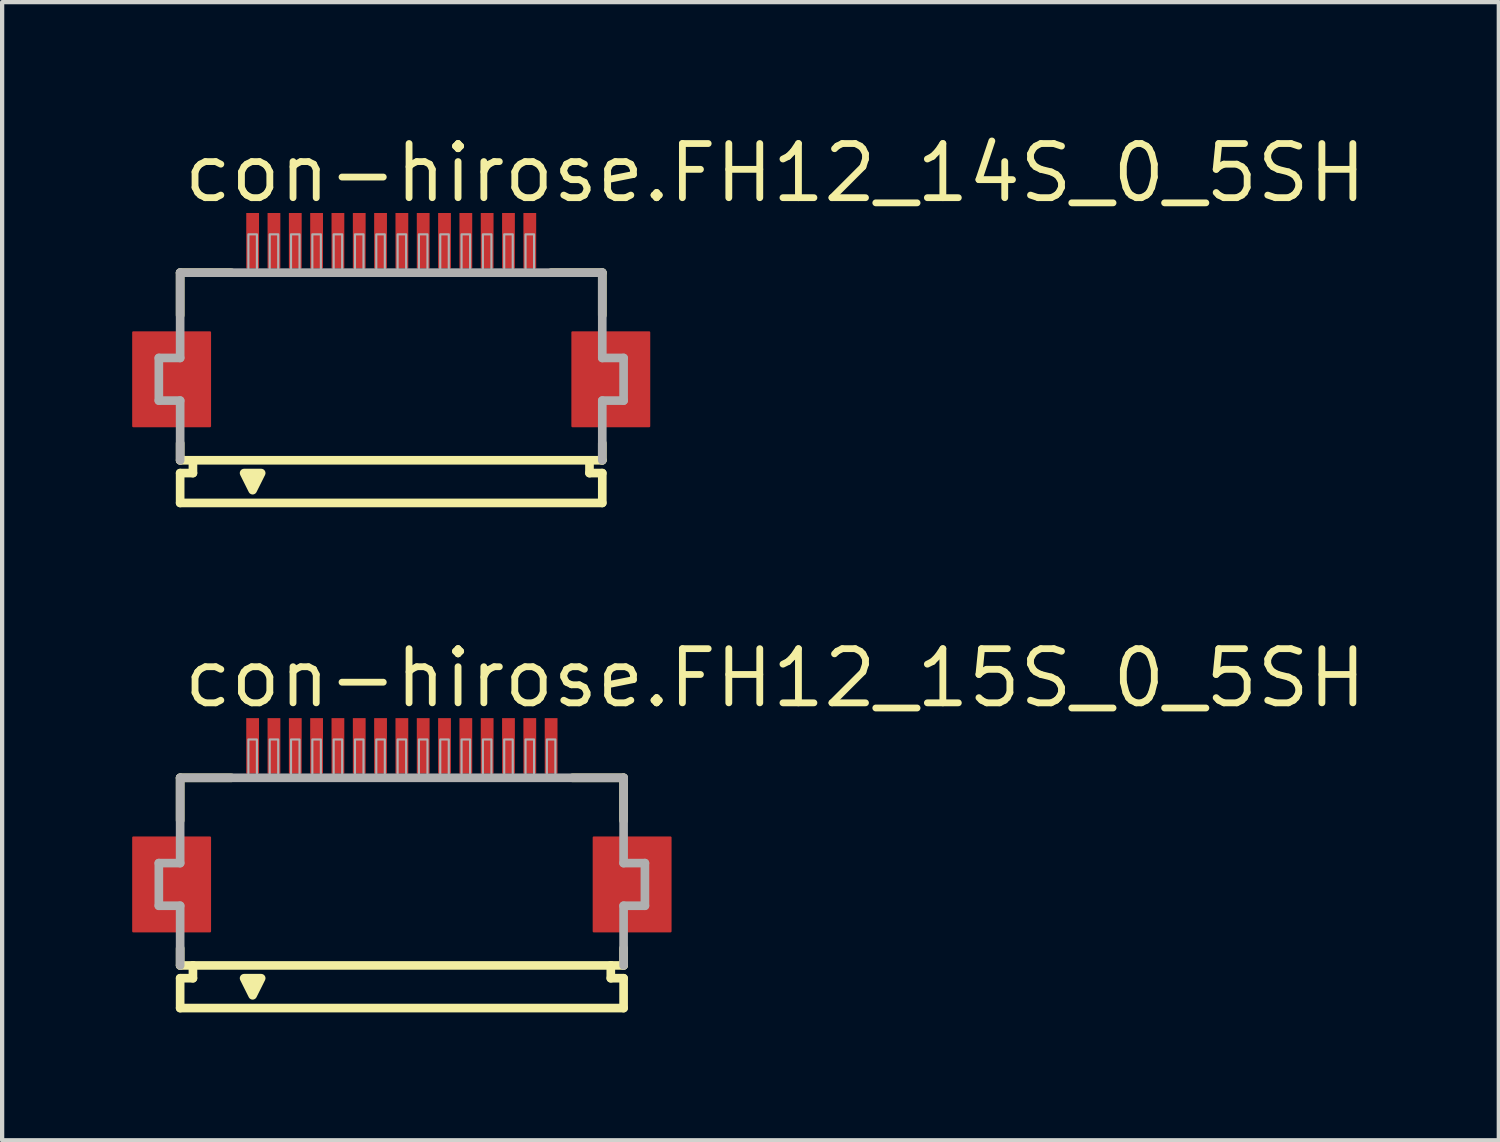
<source format=kicad_pcb>
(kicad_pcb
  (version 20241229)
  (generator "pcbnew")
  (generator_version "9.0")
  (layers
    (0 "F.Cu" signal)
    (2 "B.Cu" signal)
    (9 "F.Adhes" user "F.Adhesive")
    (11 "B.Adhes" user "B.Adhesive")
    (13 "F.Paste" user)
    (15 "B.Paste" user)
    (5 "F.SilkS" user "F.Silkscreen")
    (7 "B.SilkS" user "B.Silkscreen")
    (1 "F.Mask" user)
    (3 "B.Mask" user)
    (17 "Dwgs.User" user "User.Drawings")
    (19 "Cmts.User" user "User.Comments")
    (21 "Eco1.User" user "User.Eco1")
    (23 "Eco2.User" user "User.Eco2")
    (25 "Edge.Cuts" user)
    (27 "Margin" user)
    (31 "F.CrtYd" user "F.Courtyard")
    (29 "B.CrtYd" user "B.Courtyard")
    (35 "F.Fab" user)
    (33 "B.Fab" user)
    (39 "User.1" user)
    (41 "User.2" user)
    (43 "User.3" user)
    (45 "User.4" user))
  (footprint "con-hirose.FH12_14S_0_5SH"
    (layer "F.Cu")
    (at 6.125 5.845)
    (property "Reference" "con-hirose.FH12_14S_0_5SH" (at -4.948 -4.095 0) (layer "F.SilkS") (effects (font (size 1.27 1.27) (thickness 0.16)) (justify left bottom)))
    (attr smd)
    (fp_rect (start -6.05 1.1) (end -4.25 -1.1) (stroke (width 0.05) (type default)) (fill yes) (layer "F.Cu"))
    (fp_rect (start 4.25 1.1) (end 6.05 -1.1) (stroke (width 0.05) (type default)) (fill yes) (layer "F.Cu"))
    (fp_rect (start -6.1 1.175) (end -4.2 -1.175) (stroke (width 0.05) (type default)) (fill yes) (layer "F.Mask"))
    (fp_rect (start -3.45 -2.55) (end -3.05 -3.95) (stroke (width 0.05) (type default)) (fill yes) (layer "F.Mask"))
    (fp_rect (start -2.95 -2.55) (end -2.55 -3.95) (stroke (width 0.05) (type default)) (fill yes) (layer "F.Mask"))
    (fp_rect (start -2.45 -2.55) (end -2.05 -3.95) (stroke (width 0.05) (type default)) (fill yes) (layer "F.Mask"))
    (fp_rect (start -1.95 -2.55) (end -1.55 -3.95) (stroke (width 0.05) (type default)) (fill yes) (layer "F.Mask"))
    (fp_rect (start -1.45 -2.55) (end -1.05 -3.95) (stroke (width 0.05) (type default)) (fill yes) (layer "F.Mask"))
    (fp_rect (start -0.95 -2.55) (end -0.55 -3.95) (stroke (width 0.05) (type default)) (fill yes) (layer "F.Mask"))
    (fp_rect (start -0.45 -2.55) (end -0.05 -3.95) (stroke (width 0.05) (type default)) (fill yes) (layer "F.Mask"))
    (fp_rect (start 0.05 -2.55) (end 0.45 -3.95) (stroke (width 0.05) (type default)) (fill yes) (layer "F.Mask"))
    (fp_rect (start 0.55 -2.55) (end 0.95 -3.95) (stroke (width 0.05) (type default)) (fill yes) (layer "F.Mask"))
    (fp_rect (start 1.05 -2.55) (end 1.45 -3.95) (stroke (width 0.05) (type default)) (fill yes) (layer "F.Mask"))
    (fp_rect (start 1.55 -2.55) (end 1.95 -3.95) (stroke (width 0.05) (type default)) (fill yes) (layer "F.Mask"))
    (fp_rect (start 2.05 -2.55) (end 2.45 -3.95) (stroke (width 0.05) (type default)) (fill yes) (layer "F.Mask"))
    (fp_rect (start 2.55 -2.55) (end 2.95 -3.95) (stroke (width 0.05) (type default)) (fill yes) (layer "F.Mask"))
    (fp_rect (start 3.05 -2.55) (end 3.45 -3.95) (stroke (width 0.05) (type default)) (fill yes) (layer "F.Mask"))
    (fp_rect (start 4.2 1.175) (end 6.1 -1.175) (stroke (width 0.05) (type default)) (fill yes) (layer "F.Mask"))
    (fp_line (start -4.95 -2.5) (end -4.95 -1.5) (stroke (width 0.203) (type default)) (layer "F.SilkS"))
    (fp_line (start -4.95 1.5) (end -4.95 1.9) (stroke (width 0.203) (type default)) (layer "F.SilkS"))
    (fp_line (start -4.95 1.9) (end -4.65 1.9) (stroke (width 0.203) (type default)) (layer "F.SilkS"))
    (fp_line (start -4.95 2.2) (end -4.95 2.9) (stroke (width 0.203) (type default)) (layer "F.SilkS"))
    (fp_line (start -4.65 1.9) (end -4.65 2.2) (stroke (width 0.203) (type default)) (layer "F.SilkS"))
    (fp_line (start -4.65 2.2) (end -4.95 2.2) (stroke (width 0.203) (type default)) (layer "F.SilkS"))
    (fp_line (start -3.75 -2.5) (end -4.95 -2.5) (stroke (width 0.203) (type default)) (layer "F.SilkS"))
    (fp_line (start 4.65 1.9) (end -4.65 1.9) (stroke (width 0.203) (type default)) (layer "F.SilkS"))
    (fp_line (start 4.65 1.9) (end 4.95 1.9) (stroke (width 0.203) (type default)) (layer "F.SilkS"))
    (fp_line (start 4.65 2.2) (end 4.65 1.9) (stroke (width 0.203) (type default)) (layer "F.SilkS"))
    (fp_line (start 4.95 -2.5) (end 3.75 -2.5) (stroke (width 0.203) (type default)) (layer "F.SilkS"))
    (fp_line (start 4.95 -1.5) (end 4.95 -2.5) (stroke (width 0.203) (type default)) (layer "F.SilkS"))
    (fp_line (start 4.95 1.9) (end 4.95 1.5) (stroke (width 0.203) (type default)) (layer "F.SilkS"))
    (fp_line (start 4.95 2.2) (end 4.65 2.2) (stroke (width 0.203) (type default)) (layer "F.SilkS"))
    (fp_line (start 4.95 2.9) (end -4.95 2.9) (stroke (width 0.203) (type default)) (layer "F.SilkS"))
    (fp_line (start 4.95 2.9) (end 4.95 2.2) (stroke (width 0.203) (type default)) (layer "F.SilkS"))
    (fp_poly (pts (xy -3.45 2.2) (xy -3.25 2.6) (xy -3.05 2.2)) (stroke (width 0.203) (type default)) (fill yes) (layer "F.SilkS"))
    (fp_rect (start -5.975 1.025) (end -4.325 -1.025) (stroke (width 0.05) (type default)) (fill yes) (layer "F.Paste"))
    (fp_rect (start -3.375 -2.625) (end -3.125 -3.875) (stroke (width 0.05) (type default)) (fill yes) (layer "F.Paste"))
    (fp_rect (start -2.875 -2.625) (end -2.625 -3.875) (stroke (width 0.05) (type default)) (fill yes) (layer "F.Paste"))
    (fp_rect (start -2.375 -2.625) (end -2.125 -3.875) (stroke (width 0.05) (type default)) (fill yes) (layer "F.Paste"))
    (fp_rect (start -1.875 -2.625) (end -1.625 -3.875) (stroke (width 0.05) (type default)) (fill yes) (layer "F.Paste"))
    (fp_rect (start -1.375 -2.625) (end -1.125 -3.875) (stroke (width 0.05) (type default)) (fill yes) (layer "F.Paste"))
    (fp_rect (start -0.875 -2.625) (end -0.625 -3.875) (stroke (width 0.05) (type default)) (fill yes) (layer "F.Paste"))
    (fp_rect (start -0.375 -2.625) (end -0.125 -3.875) (stroke (width 0.05) (type default)) (fill yes) (layer "F.Paste"))
    (fp_rect (start 0.125 -2.625) (end 0.375 -3.875) (stroke (width 0.05) (type default)) (fill yes) (layer "F.Paste"))
    (fp_rect (start 0.625 -2.625) (end 0.875 -3.875) (stroke (width 0.05) (type default)) (fill yes) (layer "F.Paste"))
    (fp_rect (start 1.125 -2.625) (end 1.375 -3.875) (stroke (width 0.05) (type default)) (fill yes) (layer "F.Paste"))
    (fp_rect (start 1.625 -2.625) (end 1.875 -3.875) (stroke (width 0.05) (type default)) (fill yes) (layer "F.Paste"))
    (fp_rect (start 2.125 -2.625) (end 2.375 -3.875) (stroke (width 0.05) (type default)) (fill yes) (layer "F.Paste"))
    (fp_rect (start 2.625 -2.625) (end 2.875 -3.875) (stroke (width 0.05) (type default)) (fill yes) (layer "F.Paste"))
    (fp_rect (start 3.125 -2.625) (end 3.375 -3.875) (stroke (width 0.05) (type default)) (fill yes) (layer "F.Paste"))
    (fp_rect (start 4.325 1.025) (end 5.975 -1.025) (stroke (width 0.05) (type default)) (fill yes) (layer "F.Paste"))
    (fp_line (start -5.45 -0.5) (end -5.45 0.5) (stroke (width 0.203) (type default)) (layer "F.Fab"))
    (fp_line (start -5.45 0.5) (end -4.95 0.5) (stroke (width 0.203) (type default)) (layer "F.Fab"))
    (fp_line (start -4.95 -2.5) (end -4.95 -0.5) (stroke (width 0.203) (type default)) (layer "F.Fab"))
    (fp_line (start -4.95 -0.5) (end -5.45 -0.5) (stroke (width 0.203) (type default)) (layer "F.Fab"))
    (fp_line (start -4.95 0.5) (end -4.95 1.9) (stroke (width 0.203) (type default)) (layer "F.Fab"))
    (fp_line (start 4.95 -2.5) (end -4.95 -2.5) (stroke (width 0.203) (type default)) (layer "F.Fab"))
    (fp_line (start 4.95 -0.5) (end 4.95 -2.5) (stroke (width 0.203) (type default)) (layer "F.Fab"))
    (fp_line (start 4.95 0.5) (end 5.45 0.5) (stroke (width 0.203) (type default)) (layer "F.Fab"))
    (fp_line (start 4.95 1.9) (end 4.95 0.5) (stroke (width 0.203) (type default)) (layer "F.Fab"))
    (fp_line (start 5.45 -0.5) (end 4.95 -0.5) (stroke (width 0.203) (type default)) (layer "F.Fab"))
    (fp_line (start 5.45 0.5) (end 5.45 -0.5) (stroke (width 0.203) (type default)) (layer "F.Fab"))
    (fp_rect (start -3.35 -2.55) (end -3.15 -3.4) (stroke (width 0.05) (type default)) (fill no) (layer "F.Fab"))
    (fp_rect (start -2.85 -2.55) (end -2.65 -3.4) (stroke (width 0.05) (type default)) (fill no) (layer "F.Fab"))
    (fp_rect (start -2.35 -2.55) (end -2.15 -3.4) (stroke (width 0.05) (type default)) (fill no) (layer "F.Fab"))
    (fp_rect (start -1.85 -2.55) (end -1.65 -3.4) (stroke (width 0.05) (type default)) (fill no) (layer "F.Fab"))
    (fp_rect (start -1.35 -2.55) (end -1.15 -3.4) (stroke (width 0.05) (type default)) (fill no) (layer "F.Fab"))
    (fp_rect (start -0.85 -2.55) (end -0.65 -3.4) (stroke (width 0.05) (type default)) (fill no) (layer "F.Fab"))
    (fp_rect (start -0.35 -2.55) (end -0.15 -3.4) (stroke (width 0.05) (type default)) (fill no) (layer "F.Fab"))
    (fp_rect (start 0.15 -2.55) (end 0.35 -3.4) (stroke (width 0.05) (type default)) (fill no) (layer "F.Fab"))
    (fp_rect (start 0.65 -2.55) (end 0.85 -3.4) (stroke (width 0.05) (type default)) (fill no) (layer "F.Fab"))
    (fp_rect (start 1.15 -2.55) (end 1.35 -3.4) (stroke (width 0.05) (type default)) (fill no) (layer "F.Fab"))
    (fp_rect (start 1.65 -2.55) (end 1.85 -3.4) (stroke (width 0.05) (type default)) (fill no) (layer "F.Fab"))
    (fp_rect (start 2.15 -2.55) (end 2.35 -3.4) (stroke (width 0.05) (type default)) (fill no) (layer "F.Fab"))
    (fp_rect (start 2.65 -2.55) (end 2.85 -3.4) (stroke (width 0.05) (type default)) (fill no) (layer "F.Fab"))
    (fp_rect (start 3.15 -2.55) (end 3.35 -3.4) (stroke (width 0.05) (type default)) (fill no) (layer "F.Fab"))
    (pad "1" smd roundrect (at -3.25 -3.25) (size 0.3 1.3) (layers "F.Cu" "F.Mask" "F.Paste") (roundrect_rratio 0.01))
    (pad "2" smd roundrect (at -2.75 -3.25) (size 0.3 1.3) (layers "F.Cu" "F.Mask" "F.Paste") (roundrect_rratio 0.01))
    (pad "3" smd roundrect (at -2.25 -3.25) (size 0.3 1.3) (layers "F.Cu" "F.Mask" "F.Paste") (roundrect_rratio 0.01))
    (pad "4" smd roundrect (at -1.75 -3.25) (size 0.3 1.3) (layers "F.Cu" "F.Mask" "F.Paste") (roundrect_rratio 0.01))
    (pad "5" smd roundrect (at -1.25 -3.25) (size 0.3 1.3) (layers "F.Cu" "F.Mask" "F.Paste") (roundrect_rratio 0.01))
    (pad "6" smd roundrect (at -0.75 -3.25) (size 0.3 1.3) (layers "F.Cu" "F.Mask" "F.Paste") (roundrect_rratio 0.01))
    (pad "7" smd roundrect (at -0.25 -3.25) (size 0.3 1.3) (layers "F.Cu" "F.Mask" "F.Paste") (roundrect_rratio 0.01))
    (pad "8" smd roundrect (at 0.25 -3.25) (size 0.3 1.3) (layers "F.Cu" "F.Mask" "F.Paste") (roundrect_rratio 0.01))
    (pad "9" smd roundrect (at 0.75 -3.25) (size 0.3 1.3) (layers "F.Cu" "F.Mask" "F.Paste") (roundrect_rratio 0.01))
    (pad "10" smd roundrect (at 1.25 -3.25) (size 0.3 1.3) (layers "F.Cu" "F.Mask" "F.Paste") (roundrect_rratio 0.01))
    (pad "11" smd roundrect (at 1.75 -3.25) (size 0.3 1.3) (layers "F.Cu" "F.Mask" "F.Paste") (roundrect_rratio 0.01))
    (pad "12" smd roundrect (at 2.25 -3.25) (size 0.3 1.3) (layers "F.Cu" "F.Mask" "F.Paste") (roundrect_rratio 0.01))
    (pad "13" smd roundrect (at 2.75 -3.25) (size 0.3 1.3) (layers "F.Cu" "F.Mask" "F.Paste") (roundrect_rratio 0.01))
    (pad "14" smd roundrect (at 3.25 -3.25) (size 0.3 1.3) (layers "F.Cu" "F.Mask" "F.Paste") (roundrect_rratio 0.01)))
  (footprint "con-hirose.FH12_15S_0_5SH"
    (layer "F.Cu")
    (at 6.375 17.692)
    (property "Reference" "con-hirose.FH12_15S_0_5SH" (at -5.198 -4.095 0) (layer "F.SilkS") (effects (font (size 1.27 1.27) (thickness 0.16)) (justify left bottom)))
    (attr smd)
    (fp_rect (start -6.3 1.1) (end -4.5 -1.1) (stroke (width 0.05) (type default)) (fill yes) (layer "F.Cu"))
    (fp_rect (start 4.5 1.1) (end 6.3 -1.1) (stroke (width 0.05) (type default)) (fill yes) (layer "F.Cu"))
    (fp_rect (start -6.35 1.175) (end -4.45 -1.175) (stroke (width 0.05) (type default)) (fill yes) (layer "F.Mask"))
    (fp_rect (start -3.7 -2.55) (end -3.3 -3.95) (stroke (width 0.05) (type default)) (fill yes) (layer "F.Mask"))
    (fp_rect (start -3.2 -2.55) (end -2.8 -3.95) (stroke (width 0.05) (type default)) (fill yes) (layer "F.Mask"))
    (fp_rect (start -2.7 -2.55) (end -2.3 -3.95) (stroke (width 0.05) (type default)) (fill yes) (layer "F.Mask"))
    (fp_rect (start -2.2 -2.55) (end -1.8 -3.95) (stroke (width 0.05) (type default)) (fill yes) (layer "F.Mask"))
    (fp_rect (start -1.7 -2.55) (end -1.3 -3.95) (stroke (width 0.05) (type default)) (fill yes) (layer "F.Mask"))
    (fp_rect (start -1.2 -2.55) (end -0.8 -3.95) (stroke (width 0.05) (type default)) (fill yes) (layer "F.Mask"))
    (fp_rect (start -0.7 -2.55) (end -0.3 -3.95) (stroke (width 0.05) (type default)) (fill yes) (layer "F.Mask"))
    (fp_rect (start -0.2 -2.55) (end 0.2 -3.95) (stroke (width 0.05) (type default)) (fill yes) (layer "F.Mask"))
    (fp_rect (start 0.3 -2.55) (end 0.7 -3.95) (stroke (width 0.05) (type default)) (fill yes) (layer "F.Mask"))
    (fp_rect (start 0.8 -2.55) (end 1.2 -3.95) (stroke (width 0.05) (type default)) (fill yes) (layer "F.Mask"))
    (fp_rect (start 1.3 -2.55) (end 1.7 -3.95) (stroke (width 0.05) (type default)) (fill yes) (layer "F.Mask"))
    (fp_rect (start 1.8 -2.55) (end 2.2 -3.95) (stroke (width 0.05) (type default)) (fill yes) (layer "F.Mask"))
    (fp_rect (start 2.3 -2.55) (end 2.7 -3.95) (stroke (width 0.05) (type default)) (fill yes) (layer "F.Mask"))
    (fp_rect (start 2.8 -2.55) (end 3.2 -3.95) (stroke (width 0.05) (type default)) (fill yes) (layer "F.Mask"))
    (fp_rect (start 3.3 -2.55) (end 3.7 -3.95) (stroke (width 0.05) (type default)) (fill yes) (layer "F.Mask"))
    (fp_rect (start 4.45 1.175) (end 6.35 -1.175) (stroke (width 0.05) (type default)) (fill yes) (layer "F.Mask"))
    (fp_line (start -5.2 -2.5) (end -5.2 -1.5) (stroke (width 0.203) (type default)) (layer "F.SilkS"))
    (fp_line (start -5.2 1.5) (end -5.2 1.9) (stroke (width 0.203) (type default)) (layer "F.SilkS"))
    (fp_line (start -5.2 1.9) (end -4.9 1.9) (stroke (width 0.203) (type default)) (layer "F.SilkS"))
    (fp_line (start -5.2 2.2) (end -5.2 2.9) (stroke (width 0.203) (type default)) (layer "F.SilkS"))
    (fp_line (start -4.9 1.9) (end -4.9 2.2) (stroke (width 0.203) (type default)) (layer "F.SilkS"))
    (fp_line (start -4.9 2.2) (end -5.2 2.2) (stroke (width 0.203) (type default)) (layer "F.SilkS"))
    (fp_line (start -4 -2.5) (end -5.2 -2.5) (stroke (width 0.203) (type default)) (layer "F.SilkS"))
    (fp_line (start 4.9 1.9) (end -4.9 1.9) (stroke (width 0.203) (type default)) (layer "F.SilkS"))
    (fp_line (start 4.9 1.9) (end 5.2 1.9) (stroke (width 0.203) (type default)) (layer "F.SilkS"))
    (fp_line (start 4.9 2.2) (end 4.9 1.9) (stroke (width 0.203) (type default)) (layer "F.SilkS"))
    (fp_line (start 5.2 -2.5) (end 4 -2.5) (stroke (width 0.203) (type default)) (layer "F.SilkS"))
    (fp_line (start 5.2 -1.5) (end 5.2 -2.5) (stroke (width 0.203) (type default)) (layer "F.SilkS"))
    (fp_line (start 5.2 1.9) (end 5.2 1.5) (stroke (width 0.203) (type default)) (layer "F.SilkS"))
    (fp_line (start 5.2 2.2) (end 4.9 2.2) (stroke (width 0.203) (type default)) (layer "F.SilkS"))
    (fp_line (start 5.2 2.9) (end -5.2 2.9) (stroke (width 0.203) (type default)) (layer "F.SilkS"))
    (fp_line (start 5.2 2.9) (end 5.2 2.2) (stroke (width 0.203) (type default)) (layer "F.SilkS"))
    (fp_poly (pts (xy -3.7 2.2) (xy -3.5 2.6) (xy -3.3 2.2)) (stroke (width 0.203) (type default)) (fill yes) (layer "F.SilkS"))
    (fp_rect (start -6.225 1.025) (end -4.575 -1.025) (stroke (width 0.05) (type default)) (fill yes) (layer "F.Paste"))
    (fp_rect (start -3.625 -2.625) (end -3.375 -3.875) (stroke (width 0.05) (type default)) (fill yes) (layer "F.Paste"))
    (fp_rect (start -3.125 -2.625) (end -2.875 -3.875) (stroke (width 0.05) (type default)) (fill yes) (layer "F.Paste"))
    (fp_rect (start -2.625 -2.625) (end -2.375 -3.875) (stroke (width 0.05) (type default)) (fill yes) (layer "F.Paste"))
    (fp_rect (start -2.125 -2.625) (end -1.875 -3.875) (stroke (width 0.05) (type default)) (fill yes) (layer "F.Paste"))
    (fp_rect (start -1.625 -2.625) (end -1.375 -3.875) (stroke (width 0.05) (type default)) (fill yes) (layer "F.Paste"))
    (fp_rect (start -1.125 -2.625) (end -0.875 -3.875) (stroke (width 0.05) (type default)) (fill yes) (layer "F.Paste"))
    (fp_rect (start -0.625 -2.625) (end -0.375 -3.875) (stroke (width 0.05) (type default)) (fill yes) (layer "F.Paste"))
    (fp_rect (start -0.125 -2.625) (end 0.125 -3.875) (stroke (width 0.05) (type default)) (fill yes) (layer "F.Paste"))
    (fp_rect (start 0.375 -2.625) (end 0.625 -3.875) (stroke (width 0.05) (type default)) (fill yes) (layer "F.Paste"))
    (fp_rect (start 0.875 -2.625) (end 1.125 -3.875) (stroke (width 0.05) (type default)) (fill yes) (layer "F.Paste"))
    (fp_rect (start 1.375 -2.625) (end 1.625 -3.875) (stroke (width 0.05) (type default)) (fill yes) (layer "F.Paste"))
    (fp_rect (start 1.875 -2.625) (end 2.125 -3.875) (stroke (width 0.05) (type default)) (fill yes) (layer "F.Paste"))
    (fp_rect (start 2.375 -2.625) (end 2.625 -3.875) (stroke (width 0.05) (type default)) (fill yes) (layer "F.Paste"))
    (fp_rect (start 2.875 -2.625) (end 3.125 -3.875) (stroke (width 0.05) (type default)) (fill yes) (layer "F.Paste"))
    (fp_rect (start 3.375 -2.625) (end 3.625 -3.875) (stroke (width 0.05) (type default)) (fill yes) (layer "F.Paste"))
    (fp_rect (start 4.575 1.025) (end 6.225 -1.025) (stroke (width 0.05) (type default)) (fill yes) (layer "F.Paste"))
    (fp_line (start -5.7 -0.5) (end -5.7 0.5) (stroke (width 0.203) (type default)) (layer "F.Fab"))
    (fp_line (start -5.7 0.5) (end -5.2 0.5) (stroke (width 0.203) (type default)) (layer "F.Fab"))
    (fp_line (start -5.2 -2.5) (end -5.2 -0.5) (stroke (width 0.203) (type default)) (layer "F.Fab"))
    (fp_line (start -5.2 -0.5) (end -5.7 -0.5) (stroke (width 0.203) (type default)) (layer "F.Fab"))
    (fp_line (start -5.2 0.5) (end -5.2 1.9) (stroke (width 0.203) (type default)) (layer "F.Fab"))
    (fp_line (start 5.2 -2.5) (end -5.2 -2.5) (stroke (width 0.203) (type default)) (layer "F.Fab"))
    (fp_line (start 5.2 -0.5) (end 5.2 -2.5) (stroke (width 0.203) (type default)) (layer "F.Fab"))
    (fp_line (start 5.2 0.5) (end 5.7 0.5) (stroke (width 0.203) (type default)) (layer "F.Fab"))
    (fp_line (start 5.2 1.9) (end 5.2 0.5) (stroke (width 0.203) (type default)) (layer "F.Fab"))
    (fp_line (start 5.7 -0.5) (end 5.2 -0.5) (stroke (width 0.203) (type default)) (layer "F.Fab"))
    (fp_line (start 5.7 0.5) (end 5.7 -0.5) (stroke (width 0.203) (type default)) (layer "F.Fab"))
    (fp_rect (start -3.6 -2.55) (end -3.4 -3.4) (stroke (width 0.05) (type default)) (fill no) (layer "F.Fab"))
    (fp_rect (start -3.1 -2.55) (end -2.9 -3.4) (stroke (width 0.05) (type default)) (fill no) (layer "F.Fab"))
    (fp_rect (start -2.6 -2.55) (end -2.4 -3.4) (stroke (width 0.05) (type default)) (fill no) (layer "F.Fab"))
    (fp_rect (start -2.1 -2.55) (end -1.9 -3.4) (stroke (width 0.05) (type default)) (fill no) (layer "F.Fab"))
    (fp_rect (start -1.6 -2.55) (end -1.4 -3.4) (stroke (width 0.05) (type default)) (fill no) (layer "F.Fab"))
    (fp_rect (start -1.1 -2.55) (end -0.9 -3.4) (stroke (width 0.05) (type default)) (fill no) (layer "F.Fab"))
    (fp_rect (start -0.6 -2.55) (end -0.4 -3.4) (stroke (width 0.05) (type default)) (fill no) (layer "F.Fab"))
    (fp_rect (start -0.1 -2.55) (end 0.1 -3.4) (stroke (width 0.05) (type default)) (fill no) (layer "F.Fab"))
    (fp_rect (start 0.4 -2.55) (end 0.6 -3.4) (stroke (width 0.05) (type default)) (fill no) (layer "F.Fab"))
    (fp_rect (start 0.9 -2.55) (end 1.1 -3.4) (stroke (width 0.05) (type default)) (fill no) (layer "F.Fab"))
    (fp_rect (start 1.4 -2.55) (end 1.6 -3.4) (stroke (width 0.05) (type default)) (fill no) (layer "F.Fab"))
    (fp_rect (start 1.9 -2.55) (end 2.1 -3.4) (stroke (width 0.05) (type default)) (fill no) (layer "F.Fab"))
    (fp_rect (start 2.4 -2.55) (end 2.6 -3.4) (stroke (width 0.05) (type default)) (fill no) (layer "F.Fab"))
    (fp_rect (start 2.9 -2.55) (end 3.1 -3.4) (stroke (width 0.05) (type default)) (fill no) (layer "F.Fab"))
    (fp_rect (start 3.4 -2.55) (end 3.6 -3.4) (stroke (width 0.05) (type default)) (fill no) (layer "F.Fab"))
    (pad "1" smd roundrect (at -3.5 -3.25) (size 0.3 1.3) (layers "F.Cu" "F.Mask" "F.Paste") (roundrect_rratio 0.01))
    (pad "2" smd roundrect (at -3 -3.25) (size 0.3 1.3) (layers "F.Cu" "F.Mask" "F.Paste") (roundrect_rratio 0.01))
    (pad "3" smd roundrect (at -2.5 -3.25) (size 0.3 1.3) (layers "F.Cu" "F.Mask" "F.Paste") (roundrect_rratio 0.01))
    (pad "4" smd roundrect (at -2 -3.25) (size 0.3 1.3) (layers "F.Cu" "F.Mask" "F.Paste") (roundrect_rratio 0.01))
    (pad "5" smd roundrect (at -1.5 -3.25) (size 0.3 1.3) (layers "F.Cu" "F.Mask" "F.Paste") (roundrect_rratio 0.01))
    (pad "6" smd roundrect (at -1 -3.25) (size 0.3 1.3) (layers "F.Cu" "F.Mask" "F.Paste") (roundrect_rratio 0.01))
    (pad "7" smd roundrect (at -0.5 -3.25) (size 0.3 1.3) (layers "F.Cu" "F.Mask" "F.Paste") (roundrect_rratio 0.01))
    (pad "8" smd roundrect (at 0 -3.25) (size 0.3 1.3) (layers "F.Cu" "F.Mask" "F.Paste") (roundrect_rratio 0.01))
    (pad "9" smd roundrect (at 0.5 -3.25) (size 0.3 1.3) (layers "F.Cu" "F.Mask" "F.Paste") (roundrect_rratio 0.01))
    (pad "10" smd roundrect (at 1 -3.25) (size 0.3 1.3) (layers "F.Cu" "F.Mask" "F.Paste") (roundrect_rratio 0.01))
    (pad "11" smd roundrect (at 1.5 -3.25) (size 0.3 1.3) (layers "F.Cu" "F.Mask" "F.Paste") (roundrect_rratio 0.01))
    (pad "12" smd roundrect (at 2 -3.25) (size 0.3 1.3) (layers "F.Cu" "F.Mask" "F.Paste") (roundrect_rratio 0.01))
    (pad "13" smd roundrect (at 2.5 -3.25) (size 0.3 1.3) (layers "F.Cu" "F.Mask" "F.Paste") (roundrect_rratio 0.01))
    (pad "14" smd roundrect (at 3 -3.25) (size 0.3 1.3) (layers "F.Cu" "F.Mask" "F.Paste") (roundrect_rratio 0.01))
    (pad "15" smd roundrect (at 3.5 -3.25) (size 0.3 1.3) (layers "F.Cu" "F.Mask" "F.Paste") (roundrect_rratio 0.01)))
  (gr_rect
    (start -3 -3)
    (end 32.101 23.693)
    (stroke (width 0.1) (type default))
    (fill no)
    (layer "Edge.Cuts")))
</source>
